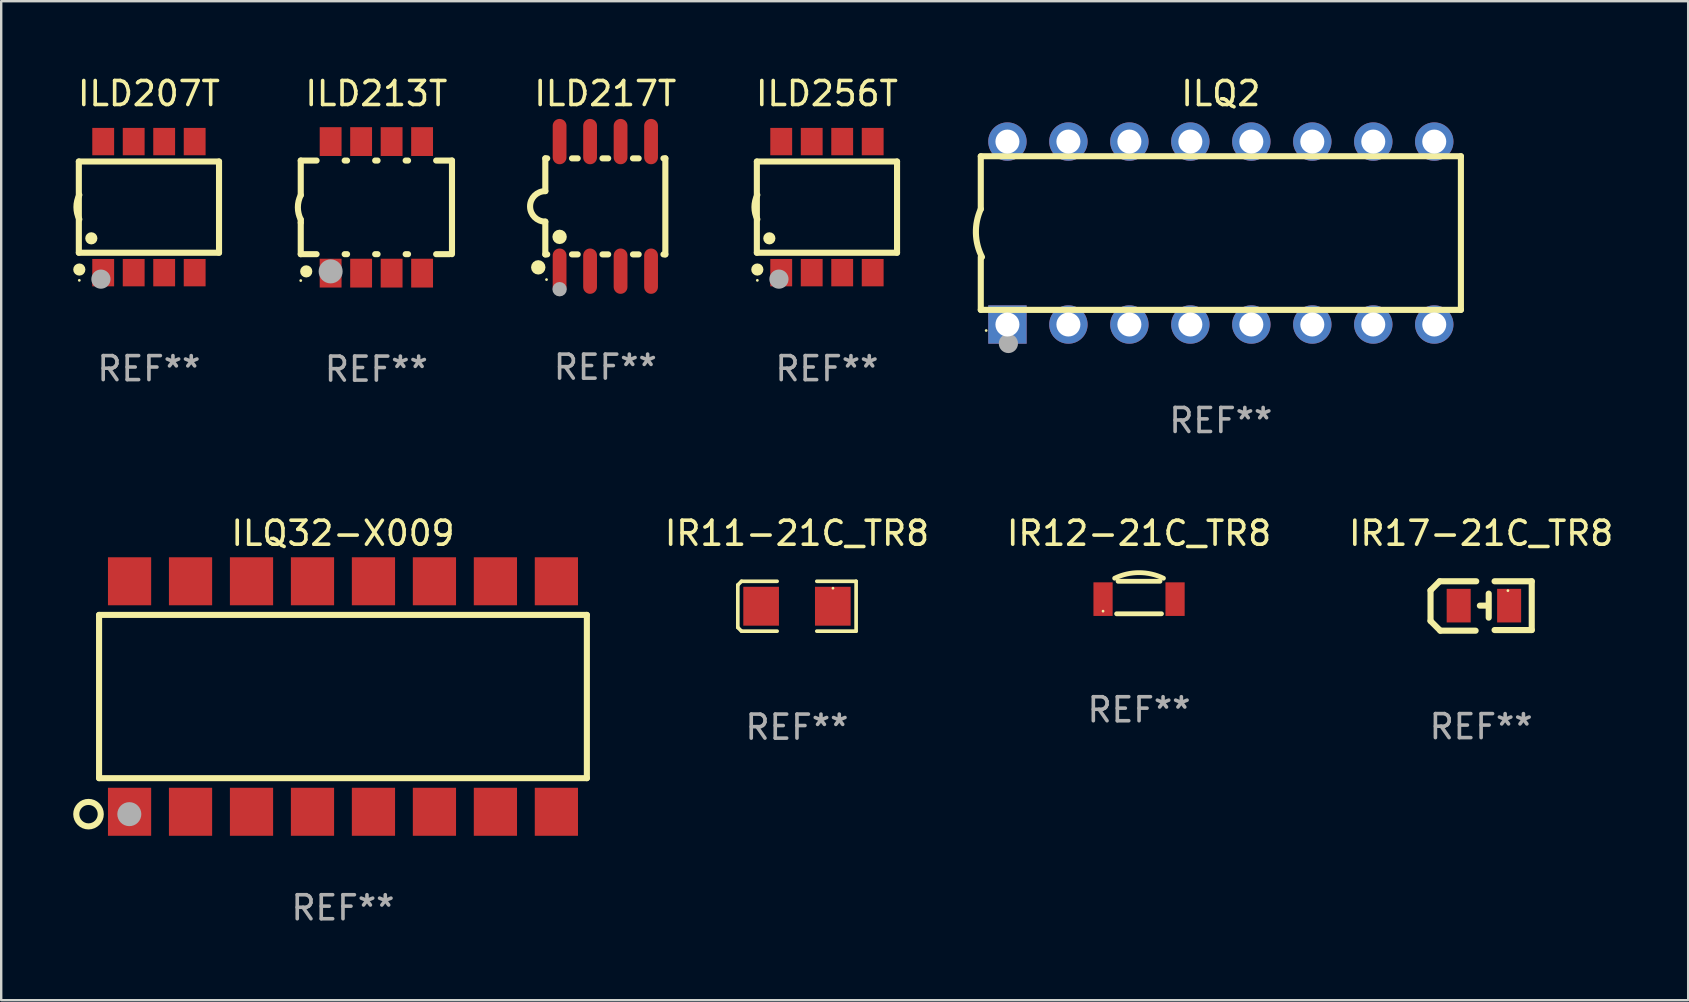
<source format=kicad_pcb>
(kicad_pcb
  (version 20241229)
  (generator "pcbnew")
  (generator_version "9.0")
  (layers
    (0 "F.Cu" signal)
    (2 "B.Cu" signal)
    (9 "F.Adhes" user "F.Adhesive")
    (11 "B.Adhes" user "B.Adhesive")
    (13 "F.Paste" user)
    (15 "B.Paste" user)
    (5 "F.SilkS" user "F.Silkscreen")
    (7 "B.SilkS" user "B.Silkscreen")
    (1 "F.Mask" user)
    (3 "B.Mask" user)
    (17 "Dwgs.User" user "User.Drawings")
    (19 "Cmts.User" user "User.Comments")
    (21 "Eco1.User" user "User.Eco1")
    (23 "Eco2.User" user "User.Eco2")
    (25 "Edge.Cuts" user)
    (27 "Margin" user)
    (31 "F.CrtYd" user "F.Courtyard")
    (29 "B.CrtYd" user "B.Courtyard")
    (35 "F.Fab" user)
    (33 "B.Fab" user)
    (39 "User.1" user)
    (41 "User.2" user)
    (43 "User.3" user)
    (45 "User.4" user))
  (footprint "ILQ2"
    (layer "F.Cu")
    (at 47.806 6.658)
    (property "Reference" "ILQ2" (at 0 -5.81 0) (layer "F.SilkS") (effects (font (size 1 1) (thickness 0.15))))
    (attr through_hole)
    (fp_line (start -10 -0.998) (end -10 -3.198) (stroke (width 0.254) (type solid)) (layer "F.SilkS"))
    (fp_line (start -10 3.2) (end -10 1) (stroke (width 0.254) (type solid)) (layer "F.SilkS"))
    (fp_line (start 10 -3.2) (end -10 -3.2) (stroke (width 0.254) (type solid)) (layer "F.SilkS"))
    (fp_line (start 10 3.2) (end -10 3.2) (stroke (width 0.254) (type solid)) (layer "F.SilkS"))
    (fp_line (start 10 3.2) (end 10 -3.2) (stroke (width 0.254) (type solid)) (layer "F.SilkS"))
    (fp_arc (start -9.949975 0.999974) (mid -10.203153 0.005693) (end -9.999987 -1) (stroke (width 0.254001) (type solid)) (layer "F.SilkS"))
    (fp_circle (center -9.775 4.06) (end -9.745 4.06) (stroke (width 0.06) (type solid)) (fill no) (layer "F.SilkS"))
    (fp_circle (center -8.85 4.6) (end -8.65 4.6) (stroke (width 0.4) (type solid)) (fill no) (layer "F.Fab"))
    (fp_text user "REF**" (at 0 7.81 0) (layer "F.Fab") (effects (font (size 1 1) (thickness 0.15))))
    (pad "1" thru_hole rect (at -8.89 3.81 90) (size 1.6 1.6) (drill 1) (layers "*.Cu" "*.Mask"))
    (pad "2" thru_hole circle (at -6.35 3.81) (size 1.6 1.6) (drill 1) (layers "*.Cu" "*.Mask"))
    (pad "3" thru_hole circle (at -3.81 3.81) (size 1.6 1.6) (drill 1) (layers "*.Cu" "*.Mask"))
    (pad "4" thru_hole circle (at -1.27 3.81) (size 1.6 1.6) (drill 1) (layers "*.Cu" "*.Mask"))
    (pad "5" thru_hole circle (at 1.27 3.81) (size 1.6 1.6) (drill 1) (layers "*.Cu" "*.Mask"))
    (pad "6" thru_hole circle (at 3.81 3.81) (size 1.6 1.6) (drill 1) (layers "*.Cu" "*.Mask"))
    (pad "7" thru_hole circle (at 6.35 3.81) (size 1.6 1.6) (drill 1) (layers "*.Cu" "*.Mask"))
    (pad "8" thru_hole circle (at 8.89 3.81) (size 1.6 1.6) (drill 1) (layers "*.Cu" "*.Mask"))
    (pad "9" thru_hole circle (at 8.89 -3.81) (size 1.6 1.6) (drill 1) (layers "*.Cu" "*.Mask"))
    (pad "10" thru_hole circle (at 6.35 -3.81) (size 1.6 1.6) (drill 1) (layers "*.Cu" "*.Mask"))
    (pad "11" thru_hole circle (at 3.81 -3.81) (size 1.6 1.6) (drill 1) (layers "*.Cu" "*.Mask"))
    (pad "12" thru_hole circle (at 1.27 -3.81) (size 1.6 1.6) (drill 1) (layers "*.Cu" "*.Mask"))
    (pad "13" thru_hole circle (at -1.27 -3.81) (size 1.6 1.6) (drill 1) (layers "*.Cu" "*.Mask"))
    (pad "14" thru_hole circle (at -3.81 -3.81) (size 1.6 1.6) (drill 1) (layers "*.Cu" "*.Mask"))
    (pad "15" thru_hole circle (at -6.35 -3.81) (size 1.6 1.6) (drill 1) (layers "*.Cu" "*.Mask"))
    (pad "16" thru_hole circle (at -8.89 -3.81) (size 1.6 1.6) (drill 1) (layers "*.Cu" "*.Mask")))
  (footprint "ILQ32-X009"
    (layer "F.Cu")
    (at 11.237 25.965)
    (property "Reference" "ILQ32-X009" (at 0 -6.801 0) (layer "F.SilkS") (effects (font (size 1 1) (thickness 0.15))))
    (attr through_hole)
    (fp_line (start -10.16 3.4) (end -10.16 -3.4) (stroke (width 0.254) (type solid)) (layer "F.SilkS"))
    (fp_line (start 10.16 -3.4) (end -10.16 -3.4) (stroke (width 0.254) (type solid)) (layer "F.SilkS"))
    (fp_line (start 10.16 -3.4) (end 10.16 3.4) (stroke (width 0.254) (type solid)) (layer "F.SilkS"))
    (fp_line (start 10.16 3.4) (end -10.16 3.4) (stroke (width 0.254) (type solid)) (layer "F.SilkS"))
    (fp_circle (center -10.6 4.9) (end -10.09 4.9) (stroke (width 0.254) (type solid)) (fill no) (layer "F.SilkS"))
    (fp_circle (center -10.15 5.15) (end -10.12 5.15) (stroke (width 0.06) (type solid)) (fill no) (layer "F.SilkS"))
    (fp_circle (center -8.9 4.9) (end -8.65 4.9) (stroke (width 0.5) (type solid)) (fill no) (layer "F.Fab"))
    (fp_text user "REF**" (at 0 8.801 0) (layer "F.Fab") (effects (font (size 1 1) (thickness 0.15))))
    (pad "1" smd rect (at -8.89 4.801 180) (size 1.8 2) (layers "F.Cu" "F.Mask" "F.Paste"))
    (pad "2" smd rect (at -6.35 4.801 180) (size 1.8 2) (layers "F.Cu" "F.Mask" "F.Paste"))
    (pad "3" smd rect (at -3.81 4.801 180) (size 1.8 2) (layers "F.Cu" "F.Mask" "F.Paste"))
    (pad "4" smd rect (at -1.27 4.801 180) (size 1.8 2) (layers "F.Cu" "F.Mask" "F.Paste"))
    (pad "5" smd rect (at 1.27 4.801 180) (size 1.8 2) (layers "F.Cu" "F.Mask" "F.Paste"))
    (pad "6" smd rect (at 3.81 4.801 180) (size 1.8 2) (layers "F.Cu" "F.Mask" "F.Paste"))
    (pad "7" smd rect (at 6.35 4.801 180) (size 1.8 2) (layers "F.Cu" "F.Mask" "F.Paste"))
    (pad "8" smd rect (at 8.89 4.801 180) (size 1.8 2) (layers "F.Cu" "F.Mask" "F.Paste"))
    (pad "9" smd rect (at 8.89 -4.801 180) (size 1.8 2) (layers "F.Cu" "F.Mask" "F.Paste"))
    (pad "10" smd rect (at 6.35 -4.801 180) (size 1.8 2) (layers "F.Cu" "F.Mask" "F.Paste"))
    (pad "11" smd rect (at 3.81 -4.801 180) (size 1.8 2) (layers "F.Cu" "F.Mask" "F.Paste"))
    (pad "12" smd rect (at 1.27 -4.801 180) (size 1.8 2) (layers "F.Cu" "F.Mask" "F.Paste"))
    (pad "13" smd rect (at -1.27 -4.801 180) (size 1.8 2) (layers "F.Cu" "F.Mask" "F.Paste"))
    (pad "14" smd rect (at -3.81 -4.801 180) (size 1.8 2) (layers "F.Cu" "F.Mask" "F.Paste"))
    (pad "15" smd rect (at -6.35 -4.801 180) (size 1.8 2) (layers "F.Cu" "F.Mask" "F.Paste"))
    (pad "16" smd rect (at -8.89 -4.801 180) (size 1.8 2) (layers "F.Cu" "F.Mask" "F.Paste")))
  (footprint "ILD207T"
    (layer "F.Cu")
    (at 3.154 5.578)
    (property "Reference" "ILD207T" (at 0 -4.73 0) (layer "F.SilkS") (effects (font (size 1 1) (thickness 0.15))))
    (attr through_hole)
    (fp_line (start -2.92 -1.9) (end 2.92 -1.9) (stroke (width 0.254) (type solid)) (layer "F.SilkS"))
    (fp_line (start -2.92 1.9) (end -2.92 -1.9) (stroke (width 0.254) (type solid)) (layer "F.SilkS"))
    (fp_line (start -2.92 1.9) (end 2.92 1.9) (stroke (width 0.254) (type solid)) (layer "F.SilkS"))
    (fp_line (start 2.92 1.9) (end 2.92 -1.9) (stroke (width 0.254) (type solid)) (layer "F.SilkS"))
    (fp_arc (start -2.899606 0.507239) (mid -3.019578 -0.000333) (end -2.900013 -0.508001) (stroke (width 0.254001) (type solid)) (layer "F.SilkS"))
    (fp_circle (center -2.9 2.6) (end -2.773 2.6) (stroke (width 0.254) (type solid)) (fill no) (layer "F.SilkS"))
    (fp_circle (center -2.9 3.05) (end -2.87 3.05) (stroke (width 0.06) (type solid)) (fill no) (layer "F.SilkS"))
    (fp_circle (center -2.4 1.3) (end -2.273 1.3) (stroke (width 0.254) (type solid)) (fill no) (layer "F.SilkS"))
    (fp_circle (center -2 3) (end -1.8 3) (stroke (width 0.4) (type solid)) (fill no) (layer "F.Fab"))
    (fp_text user "REF**" (at 0 6.73 0) (layer "F.Fab") (effects (font (size 1 1) (thickness 0.15))))
    (pad "1" smd rect (at -1.905 2.73 90) (size 1.14 0.91) (layers "F.Cu" "F.Mask" "F.Paste"))
    (pad "2" smd rect (at -0.635 2.73 90) (size 1.14 0.91) (layers "F.Cu" "F.Mask" "F.Paste"))
    (pad "3" smd rect (at 0.635 2.73 90) (size 1.14 0.91) (layers "F.Cu" "F.Mask" "F.Paste"))
    (pad "4" smd rect (at 1.905 2.73 90) (size 1.14 0.91) (layers "F.Cu" "F.Mask" "F.Paste"))
    (pad "5" smd rect (at 1.905 -2.73 90) (size 1.14 0.91) (layers "F.Cu" "F.Mask" "F.Paste"))
    (pad "6" smd rect (at 0.635 -2.73 90) (size 1.14 0.91) (layers "F.Cu" "F.Mask" "F.Paste"))
    (pad "7" smd rect (at -0.635 -2.73 90) (size 1.14 0.91) (layers "F.Cu" "F.Mask" "F.Paste"))
    (pad "8" smd rect (at -1.905 -2.73 90) (size 1.14 0.91) (layers "F.Cu" "F.Mask" "F.Paste")))
  (footprint "ILD213T"
    (layer "F.Cu")
    (at 12.628 5.588)
    (property "Reference" "ILD213T" (at 0 -4.74 0) (layer "F.SilkS") (effects (font (size 1 1) (thickness 0.15))))
    (attr through_hole)
    (fp_line (start -3.15 -1.95) (end -3.15 -0.508) (stroke (width 0.254) (type solid)) (layer "F.SilkS"))
    (fp_line (start -3.15 -1.95) (end -2.49 -1.95) (stroke (width 0.254) (type solid)) (layer "F.SilkS"))
    (fp_line (start -3.15 0.635) (end -3.15 0.508) (stroke (width 0.254) (type solid)) (layer "F.SilkS"))
    (fp_line (start -3.15 1.95) (end -3.15 0.635) (stroke (width 0.254) (type solid)) (layer "F.SilkS"))
    (fp_line (start -3.15 1.95) (end -2.49 1.95) (stroke (width 0.254) (type solid)) (layer "F.SilkS"))
    (fp_line (start -1.32 -1.95) (end -1.22 -1.95) (stroke (width 0.254) (type solid)) (layer "F.SilkS"))
    (fp_line (start -1.32 1.95) (end -1.22 1.95) (stroke (width 0.254) (type solid)) (layer "F.SilkS"))
    (fp_line (start -0.05 1.95) (end 0.05 1.95) (stroke (width 0.254) (type solid)) (layer "F.SilkS"))
    (fp_line (start -0.05 -1.95) (end 0.05 -1.95) (stroke (width 0.254) (type solid)) (layer "F.SilkS"))
    (fp_line (start 1.22 1.95) (end 1.32 1.95) (stroke (width 0.254) (type solid)) (layer "F.SilkS"))
    (fp_line (start 1.22 -1.95) (end 1.32 -1.95) (stroke (width 0.254) (type solid)) (layer "F.SilkS"))
    (fp_line (start 2.49 1.95) (end 3.048 1.95) (stroke (width 0.254) (type solid)) (layer "F.SilkS"))
    (fp_line (start 2.49 -1.95) (end 3.15 -1.95) (stroke (width 0.254) (type solid)) (layer "F.SilkS"))
    (fp_line (start 3.15 -1.95) (end 3.15 1.95) (stroke (width 0.254) (type solid)) (layer "F.SilkS"))
    (fp_arc (start -3.149606 0.507239) (mid -3.269578 -0.000333) (end -3.150013 -0.508001) (stroke (width 0.254001) (type solid)) (layer "F.SilkS"))
    (fp_circle (center -3.15 3.05) (end -3.12 3.05) (stroke (width 0.06) (type solid)) (fill no) (layer "F.SilkS"))
    (fp_circle (center -2.921 2.667) (end -2.794 2.667) (stroke (width 0.254) (type solid)) (fill no) (layer "F.SilkS"))
    (fp_circle (center -1.905 2.667) (end -1.655 2.667) (stroke (width 0.5) (type solid)) (fill no) (layer "F.Fab"))
    (fp_text user "REF**" (at 0 6.74 0) (layer "F.Fab") (effects (font (size 1 1) (thickness 0.15))))
    (pad "1" smd rect (at -1.905 2.74 180) (size 0.91 1.2) (layers "F.Cu" "F.Mask" "F.Paste"))
    (pad "2" smd rect (at -0.635 2.74 180) (size 0.91 1.2) (layers "F.Cu" "F.Mask" "F.Paste"))
    (pad "3" smd rect (at 0.635 2.74 180) (size 0.91 1.2) (layers "F.Cu" "F.Mask" "F.Paste"))
    (pad "4" smd rect (at 1.905 2.74 180) (size 0.91 1.2) (layers "F.Cu" "F.Mask" "F.Paste"))
    (pad "5" smd rect (at 1.905 -2.74 180) (size 0.91 1.2) (layers "F.Cu" "F.Mask" "F.Paste"))
    (pad "6" smd rect (at 0.635 -2.74 180) (size 0.91 1.2) (layers "F.Cu" "F.Mask" "F.Paste"))
    (pad "7" smd rect (at -0.635 -2.74 180) (size 0.91 1.2) (layers "F.Cu" "F.Mask" "F.Paste"))
    (pad "8" smd rect (at -1.905 -2.74 180) (size 0.91 1.2) (layers "F.Cu" "F.Mask" "F.Paste")))
  (footprint "ILD217T"
    (layer "F.Cu")
    (at 22.166 5.547)
    (property "Reference" "ILD217T" (at 0 -4.699 0) (layer "F.SilkS") (effects (font (size 1 1) (thickness 0.15))))
    (attr through_hole)
    (fp_line (start -2.5 -2) (end -2.5 -0.635) (stroke (width 0.254) (type solid)) (layer "F.SilkS"))
    (fp_line (start -2.5 -2) (end -2.421 -2) (stroke (width 0.254) (type solid)) (layer "F.SilkS"))
    (fp_line (start -2.5 2) (end -2.5 0.635) (stroke (width 0.254) (type solid)) (layer "F.SilkS"))
    (fp_line (start -2.5 2) (end -2.421 2) (stroke (width 0.254) (type solid)) (layer "F.SilkS"))
    (fp_line (start -1.389 -2) (end -1.151 -2) (stroke (width 0.254) (type solid)) (layer "F.SilkS"))
    (fp_line (start -1.389 2) (end -1.151 2) (stroke (width 0.254) (type solid)) (layer "F.SilkS"))
    (fp_line (start -0.119 -2) (end 0.119 -2) (stroke (width 0.254) (type solid)) (layer "F.SilkS"))
    (fp_line (start -0.119 2) (end 0.119 2) (stroke (width 0.254) (type solid)) (layer "F.SilkS"))
    (fp_line (start 1.151 -2) (end 1.389 -2) (stroke (width 0.254) (type solid)) (layer "F.SilkS"))
    (fp_line (start 1.151 2) (end 1.389 2) (stroke (width 0.254) (type solid)) (layer "F.SilkS"))
    (fp_line (start 2.421 -2) (end 2.5 -2) (stroke (width 0.254) (type solid)) (layer "F.SilkS"))
    (fp_line (start 2.421 2) (end 2.5 2) (stroke (width 0.254) (type solid)) (layer "F.SilkS"))
    (fp_line (start 2.5 -2) (end 2.5 2) (stroke (width 0.254) (type solid)) (layer "F.SilkS"))
    (fp_arc (start -2.5 0.635001) (mid -3.134366 -0.000318) (end -2.499365 -0.635001) (stroke (width 0.254001) (type solid)) (layer "F.SilkS"))
    (fp_circle (center -2.794 2.54) (end -2.644 2.54) (stroke (width 0.3) (type solid)) (fill no) (layer "F.SilkS"))
    (fp_circle (center -2.45 3.05) (end -2.42 3.05) (stroke (width 0.06) (type solid)) (fill no) (layer "F.SilkS"))
    (fp_circle (center -1.905 1.27) (end -1.755 1.27) (stroke (width 0.3) (type solid)) (fill no) (layer "F.SilkS"))
    (fp_circle (center -1.905 3.45) (end -1.755 3.45) (stroke (width 0.3) (type solid)) (fill no) (layer "F.Fab"))
    (fp_text user "REF**" (at 0 6.699 0) (layer "F.Fab") (effects (font (size 1 1) (thickness 0.15))))
    (pad "1" smd oval (at -1.905 2.699) (size 0.574 1.888) (layers "F.Cu" "F.Mask" "F.Paste"))
    (pad "2" smd oval (at -0.635 2.699) (size 0.574 1.888) (layers "F.Cu" "F.Mask" "F.Paste"))
    (pad "3" smd oval (at 0.635 2.699) (size 0.574 1.888) (layers "F.Cu" "F.Mask" "F.Paste"))
    (pad "4" smd oval (at 1.905 2.699) (size 0.574 1.888) (layers "F.Cu" "F.Mask" "F.Paste"))
    (pad "5" smd oval (at 1.905 -2.699) (size 0.574 1.888) (layers "F.Cu" "F.Mask" "F.Paste"))
    (pad "6" smd oval (at 0.635 -2.699) (size 0.574 1.888) (layers "F.Cu" "F.Mask" "F.Paste"))
    (pad "7" smd oval (at -0.635 -2.699) (size 0.574 1.888) (layers "F.Cu" "F.Mask" "F.Paste"))
    (pad "8" smd oval (at -1.905 -2.699) (size 0.574 1.888) (layers "F.Cu" "F.Mask" "F.Paste")))
  (footprint "IR12-21C_TR8"
    (layer "F.Cu")
    (at 44.399 21.841)
    (property "Reference" "IR12-21C_TR8" (at 0 -2.677 0) (layer "F.SilkS") (effects (font (size 1 1) (thickness 0.15))))
    (attr through_hole)
    (fp_line (start -0.935 0.677) (end 0.935 0.677) (stroke (width 0.2) (type solid)) (layer "F.SilkS"))
    (fp_line (start -0.873 -0.677) (end 0.873 -0.677) (stroke (width 0.2) (type solid)) (layer "F.SilkS"))
    (fp_arc (start -1.0159 -0.803569) (mid 0.000102 -1.036897) (end 1.016104 -0.803569) (stroke (width 0.2) (type solid)) (layer "F.SilkS"))
    (fp_circle (center -1.5 0.567) (end -1.47 0.567) (stroke (width 0.06) (type solid)) (fill no) (layer "F.SilkS"))
    (fp_text user "REF**" (at 0 4.677 0) (layer "F.Fab") (effects (font (size 1 1) (thickness 0.15))))
    (pad "1" smd rect (at -1.5 0.067 180) (size 0.8 1.4) (layers "F.Cu" "F.Mask" "F.Paste"))
    (pad "2" smd rect (at 1.5 0.067 180) (size 0.8 1.4) (layers "F.Cu" "F.Mask" "F.Paste")))
  (footprint "IR11-21C_TR8"
    (layer "F.Cu")
    (at 30.149 22.203)
    (property "Reference" "IR11-21C_TR8" (at 0 -3.039 0) (layer "F.SilkS") (effects (font (size 1 1) (thickness 0.15))))
    (attr through_hole)
    (fp_line (start -2.464 -0.886) (end -2.311 -1.039) (stroke (width 0.152) (type solid)) (layer "F.SilkS"))
    (fp_line (start -2.464 0.886) (end -2.464 -0.886) (stroke (width 0.152) (type solid)) (layer "F.SilkS"))
    (fp_line (start -2.311 -1.039) (end -0.826 -1.039) (stroke (width 0.152) (type solid)) (layer "F.SilkS"))
    (fp_line (start -2.311 1.039) (end -2.464 0.886) (stroke (width 0.152) (type solid)) (layer "F.SilkS"))
    (fp_line (start -0.826 1.039) (end -2.311 1.039) (stroke (width 0.152) (type solid)) (layer "F.SilkS"))
    (fp_line (start 0.826 1.039) (end 2.464 1.039) (stroke (width 0.152) (type solid)) (layer "F.SilkS"))
    (fp_line (start 2.464 -1.039) (end 0.826 -1.039) (stroke (width 0.152) (type solid)) (layer "F.SilkS"))
    (fp_line (start 2.464 1.039) (end 2.464 -1.039) (stroke (width 0.152) (type solid)) (layer "F.SilkS"))
    (fp_circle (center 1.5 -0.75) (end 1.53 -0.75) (stroke (width 0.06) (type solid)) (fill no) (layer "F.SilkS"))
    (fp_text user "REF**" (at 0 5.039 0) (layer "F.Fab") (effects (font (size 1 1) (thickness 0.15))))
    (pad "1" smd rect (at 1.493 0) (size 1.485 1.62) (layers "F.Cu" "F.Mask" "F.Paste"))
    (pad "2" smd rect (at -1.493 0) (size 1.485 1.62) (layers "F.Cu" "F.Mask" "F.Paste")))
  (footprint "IR17-21C_TR8"
    (layer "F.Cu")
    (at 58.649 22.193)
    (property "Reference" "IR17-21C_TR8" (at 0 -3.029 0) (layer "F.SilkS") (effects (font (size 1 1) (thickness 0.15))))
    (attr through_hole)
    (fp_line (start -2.108 -0.648) (end -1.727 -1.029) (stroke (width 0.254) (type solid)) (layer "F.SilkS"))
    (fp_line (start -2.108 0.622) (end -2.108 -0.648) (stroke (width 0.254) (type solid)) (layer "F.SilkS"))
    (fp_line (start -1.727 -1.029) (end -0.203 -1.029) (stroke (width 0.254) (type solid)) (layer "F.SilkS"))
    (fp_line (start -1.702 1.029) (end -2.108 0.622) (stroke (width 0.254) (type solid)) (layer "F.SilkS"))
    (fp_line (start -0.229 1.029) (end -1.702 1.029) (stroke (width 0.254) (type solid)) (layer "F.SilkS"))
    (fp_line (start 0.216 -0.014) (end -0.053 -0.014) (stroke (width 0.254) (type solid)) (layer "F.SilkS"))
    (fp_line (start 0.316 -0.514) (end 0.316 0.486) (stroke (width 0.254) (type solid)) (layer "F.SilkS"))
    (fp_line (start 0.559 1.003) (end 2.108 1.003) (stroke (width 0.254) (type solid)) (layer "F.SilkS"))
    (fp_line (start 2.108 -1.029) (end 0.559 -1.029) (stroke (width 0.254) (type solid)) (layer "F.SilkS"))
    (fp_line (start 2.108 1.003) (end 2.108 -1.029) (stroke (width 0.254) (type solid)) (layer "F.SilkS"))
    (fp_circle (center 1.116 -0.639) (end 1.146 -0.639) (stroke (width 0.06) (type solid)) (fill no) (layer "F.SilkS"))
    (fp_text user "REF**" (at 0 5.029 0) (layer "F.Fab") (effects (font (size 1 1) (thickness 0.15))))
    (pad "1" smd rect (at 1.166 -0.014 180) (size 1 1.4) (layers "F.Cu" "F.Mask" "F.Paste"))
    (pad "2" smd rect (at -0.935 -0.014 180) (size 1 1.4) (layers "F.Cu" "F.Mask" "F.Paste")))
  (footprint "ILD256T"
    (layer "F.Cu")
    (at 31.398 5.578)
    (property "Reference" "ILD256T" (at 0 -4.73 0) (layer "F.SilkS") (effects (font (size 1 1) (thickness 0.15))))
    (attr through_hole)
    (fp_line (start -2.92 -1.9) (end 2.92 -1.9) (stroke (width 0.254) (type solid)) (layer "F.SilkS"))
    (fp_line (start -2.92 1.9) (end -2.92 -1.9) (stroke (width 0.254) (type solid)) (layer "F.SilkS"))
    (fp_line (start -2.92 1.9) (end 2.92 1.9) (stroke (width 0.254) (type solid)) (layer "F.SilkS"))
    (fp_line (start 2.92 1.9) (end 2.92 -1.9) (stroke (width 0.254) (type solid)) (layer "F.SilkS"))
    (fp_arc (start -2.899606 0.507239) (mid -3.019578 -0.000333) (end -2.900013 -0.508001) (stroke (width 0.254001) (type solid)) (layer "F.SilkS"))
    (fp_circle (center -2.9 2.6) (end -2.773 2.6) (stroke (width 0.254) (type solid)) (fill no) (layer "F.SilkS"))
    (fp_circle (center -2.9 3.05) (end -2.87 3.05) (stroke (width 0.06) (type solid)) (fill no) (layer "F.SilkS"))
    (fp_circle (center -2.4 1.3) (end -2.273 1.3) (stroke (width 0.254) (type solid)) (fill no) (layer "F.SilkS"))
    (fp_circle (center -2 3) (end -1.8 3) (stroke (width 0.4) (type solid)) (fill no) (layer "F.Fab"))
    (fp_text user "REF**" (at 0 6.73 0) (layer "F.Fab") (effects (font (size 1 1) (thickness 0.15))))
    (pad "1" smd rect (at -1.905 2.73 90) (size 1.14 0.91) (layers "F.Cu" "F.Mask" "F.Paste"))
    (pad "2" smd rect (at -0.635 2.73 90) (size 1.14 0.91) (layers "F.Cu" "F.Mask" "F.Paste"))
    (pad "3" smd rect (at 0.635 2.73 90) (size 1.14 0.91) (layers "F.Cu" "F.Mask" "F.Paste"))
    (pad "4" smd rect (at 1.905 2.73 90) (size 1.14 0.91) (layers "F.Cu" "F.Mask" "F.Paste"))
    (pad "5" smd rect (at 1.905 -2.73 90) (size 1.14 0.91) (layers "F.Cu" "F.Mask" "F.Paste"))
    (pad "6" smd rect (at 0.635 -2.73 90) (size 1.14 0.91) (layers "F.Cu" "F.Mask" "F.Paste"))
    (pad "7" smd rect (at -0.635 -2.73 90) (size 1.14 0.91) (layers "F.Cu" "F.Mask" "F.Paste"))
    (pad "8" smd rect (at -1.905 -2.73 90) (size 1.14 0.91) (layers "F.Cu" "F.Mask" "F.Paste")))
  (gr_rect
    (start -3 -3)
    (end 67.274 38.614)
    (stroke (width 0.1) (type default))
    (fill no)
    (layer "Edge.Cuts")))
</source>
